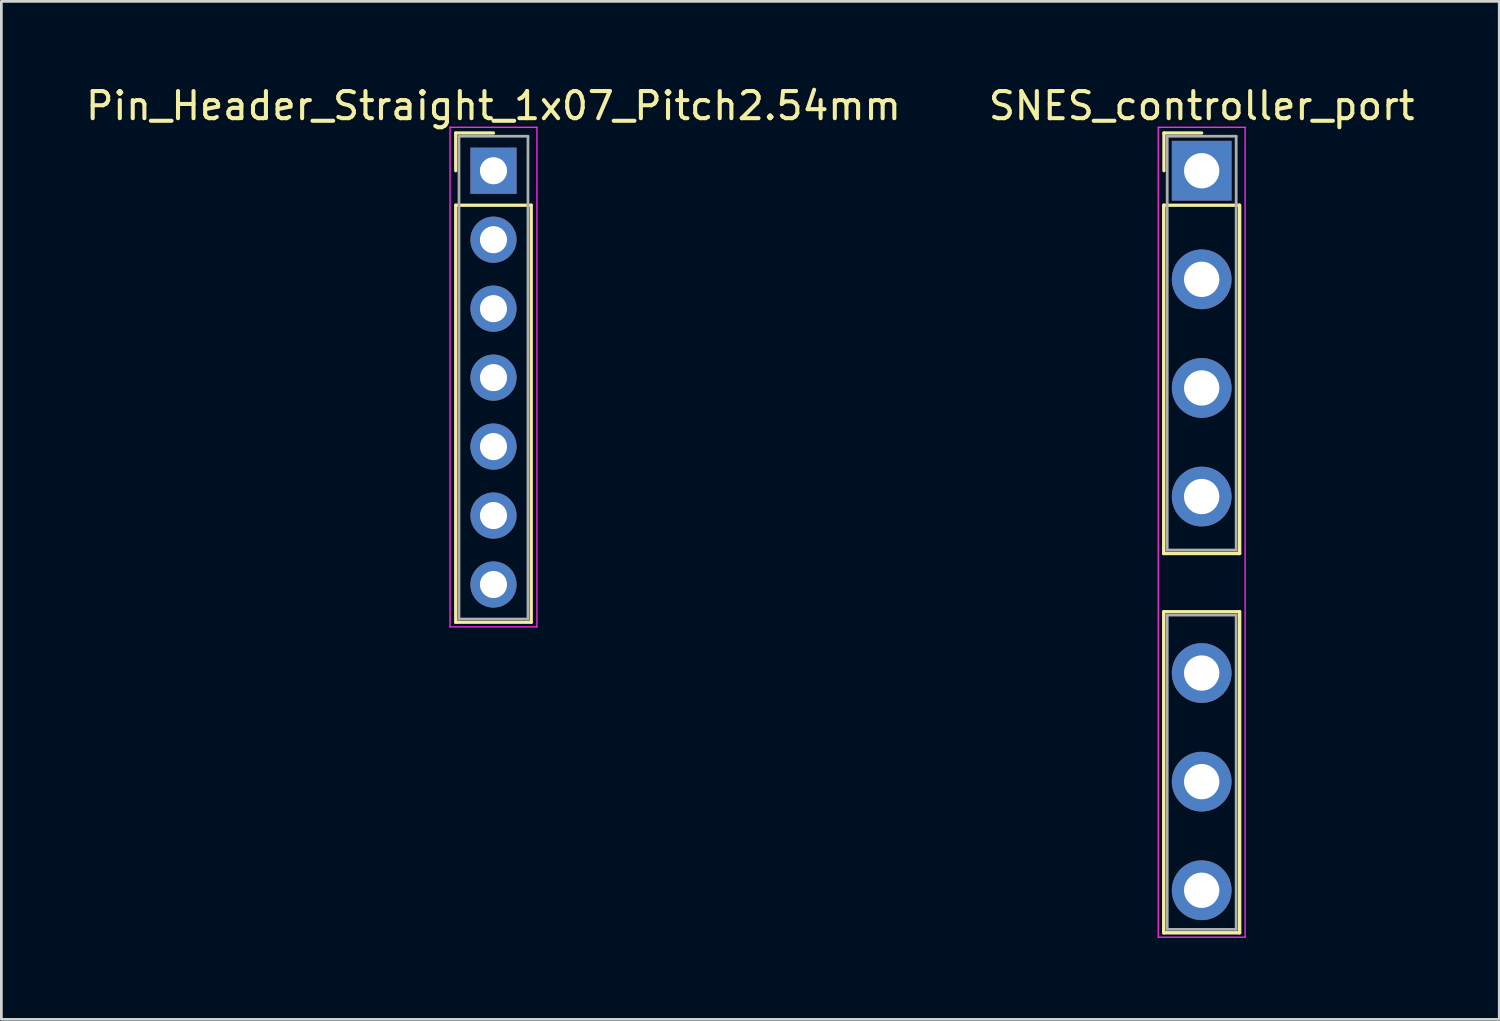
<source format=kicad_pcb>
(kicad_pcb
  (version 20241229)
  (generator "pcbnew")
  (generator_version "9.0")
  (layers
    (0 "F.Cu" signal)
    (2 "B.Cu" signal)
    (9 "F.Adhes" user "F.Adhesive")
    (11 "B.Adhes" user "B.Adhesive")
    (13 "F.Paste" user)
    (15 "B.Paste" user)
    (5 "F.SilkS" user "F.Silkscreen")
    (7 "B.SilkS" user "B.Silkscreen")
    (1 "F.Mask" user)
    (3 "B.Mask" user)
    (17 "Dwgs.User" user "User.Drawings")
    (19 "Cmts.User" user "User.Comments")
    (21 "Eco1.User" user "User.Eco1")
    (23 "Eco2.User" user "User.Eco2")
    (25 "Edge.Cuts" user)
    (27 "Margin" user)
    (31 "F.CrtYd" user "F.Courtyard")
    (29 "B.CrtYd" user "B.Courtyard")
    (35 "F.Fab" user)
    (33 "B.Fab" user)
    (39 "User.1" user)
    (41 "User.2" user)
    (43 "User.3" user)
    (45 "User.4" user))
  (footprint "Pin_Header_Straight_1x07_Pitch2.54mm"
    (layer "F.Cu")
    (at 15.125 3.238)
    (property "Reference" "Pin_Header_Straight_1x07_Pitch2.54mm" (at 0 -2.39 0) (layer "F.SilkS") (effects (font (size 1 1) (thickness 0.15))))
    (attr through_hole)
    (fp_line (start -1.39 -1.39) (end 0 -1.39) (stroke (width 0.12) (type solid)) (layer "F.SilkS"))
    (fp_line (start -1.39 0) (end -1.39 -1.39) (stroke (width 0.12) (type solid)) (layer "F.SilkS"))
    (fp_line (start -1.39 1.27) (end -1.39 16.63) (stroke (width 0.12) (type solid)) (layer "F.SilkS"))
    (fp_line (start -1.39 16.63) (end 1.39 16.63) (stroke (width 0.12) (type solid)) (layer "F.SilkS"))
    (fp_line (start 1.39 1.27) (end -1.39 1.27) (stroke (width 0.12) (type solid)) (layer "F.SilkS"))
    (fp_line (start 1.39 16.63) (end 1.39 1.27) (stroke (width 0.12) (type solid)) (layer "F.SilkS"))
    (fp_line (start -1.6 -1.6) (end -1.6 16.8) (stroke (width 0.05) (type solid)) (layer "F.CrtYd"))
    (fp_line (start -1.6 16.8) (end 1.6 16.8) (stroke (width 0.05) (type solid)) (layer "F.CrtYd"))
    (fp_line (start 1.6 -1.6) (end -1.6 -1.6) (stroke (width 0.05) (type solid)) (layer "F.CrtYd"))
    (fp_line (start 1.6 16.8) (end 1.6 -1.6) (stroke (width 0.05) (type solid)) (layer "F.CrtYd"))
    (fp_line (start -1.27 -1.27) (end -1.27 16.51) (stroke (width 0.1) (type solid)) (layer "F.Fab"))
    (fp_line (start -1.27 16.51) (end 1.27 16.51) (stroke (width 0.1) (type solid)) (layer "F.Fab"))
    (fp_line (start 1.27 -1.27) (end -1.27 -1.27) (stroke (width 0.1) (type solid)) (layer "F.Fab"))
    (fp_line (start 1.27 16.51) (end 1.27 -1.27) (stroke (width 0.1) (type solid)) (layer "F.Fab"))
    (pad "1" thru_hole rect (at 0 0) (size 1.7 1.7) (drill 1) (layers "*.Cu" "*.Mask"))
    (pad "2" thru_hole oval (at 0 2.54) (size 1.7 1.7) (drill 1) (layers "*.Cu" "*.Mask"))
    (pad "3" thru_hole oval (at 0 5.08) (size 1.7 1.7) (drill 1) (layers "*.Cu" "*.Mask"))
    (pad "4" thru_hole oval (at 0 7.62) (size 1.7 1.7) (drill 1) (layers "*.Cu" "*.Mask"))
    (pad "5" thru_hole oval (at 0 10.16) (size 1.7 1.7) (drill 1) (layers "*.Cu" "*.Mask"))
    (pad "6" thru_hole oval (at 0 12.7) (size 1.7 1.7) (drill 1) (layers "*.Cu" "*.Mask"))
    (pad "7" thru_hole oval (at 0 15.24) (size 1.7 1.7) (drill 1) (layers "*.Cu" "*.Mask")))
  (footprint "SNES_controller_port"
    (layer "F.Cu")
    (at 41.208 3.238)
    (property "Reference" "SNES_controller_port" (at 0 -2.39 0) (layer "F.SilkS") (effects (font (size 1 1) (thickness 0.15))))
    (attr through_hole)
    (fp_line (start -1.397 1.27) (end -1.397 14.097) (stroke (width 0.127) (type solid)) (layer "F.SilkS"))
    (fp_line (start -1.397 14.097) (end 1.397 14.097) (stroke (width 0.127) (type solid)) (layer "F.SilkS"))
    (fp_line (start -1.397 16.24) (end -1.397 28.067) (stroke (width 0.127) (type solid)) (layer "F.SilkS"))
    (fp_line (start -1.397 28.067) (end 1.397 28.067) (stroke (width 0.127) (type solid)) (layer "F.SilkS"))
    (fp_line (start -1.39 -1.39) (end 0 -1.39) (stroke (width 0.12) (type solid)) (layer "F.SilkS"))
    (fp_line (start -1.39 0) (end -1.39 -1.39) (stroke (width 0.12) (type solid)) (layer "F.SilkS"))
    (fp_line (start 1.39 1.27) (end -1.39 1.27) (stroke (width 0.12) (type solid)) (layer "F.SilkS"))
    (fp_line (start 1.39 16.24) (end -1.39 16.24) (stroke (width 0.12) (type solid)) (layer "F.SilkS"))
    (fp_line (start 1.397 14.097) (end 1.397 1.27) (stroke (width 0.127) (type solid)) (layer "F.SilkS"))
    (fp_line (start 1.397 28.067) (end 1.397 16.24) (stroke (width 0.127) (type solid)) (layer "F.SilkS"))
    (fp_line (start -1.6 -1.6) (end -1.6 28.23) (stroke (width 0.05) (type solid)) (layer "F.CrtYd"))
    (fp_line (start -1.6 28.23) (end 1.6 28.23) (stroke (width 0.05) (type solid)) (layer "F.CrtYd"))
    (fp_line (start 1.6 -1.6) (end -1.6 -1.6) (stroke (width 0.05) (type solid)) (layer "F.CrtYd"))
    (fp_line (start 1.6 28.23) (end 1.6 -1.6) (stroke (width 0.05) (type solid)) (layer "F.CrtYd"))
    (fp_line (start -1.27 -1.27) (end -1.27 13.97) (stroke (width 0.102) (type solid)) (layer "F.Fab"))
    (fp_line (start -1.27 13.97) (end 1.27 13.97) (stroke (width 0.1) (type solid)) (layer "F.Fab"))
    (fp_line (start -1.27 16.367) (end -1.27 27.94) (stroke (width 0.102) (type solid)) (layer "F.Fab"))
    (fp_line (start -1.27 27.94) (end 1.27 27.94) (stroke (width 0.1) (type solid)) (layer "F.Fab"))
    (fp_line (start 1.27 -1.27) (end -1.27 -1.27) (stroke (width 0.1) (type solid)) (layer "F.Fab"))
    (fp_line (start 1.27 13.97) (end 1.27 -1.27) (stroke (width 0.102) (type solid)) (layer "F.Fab"))
    (fp_line (start 1.27 16.367) (end -1.27 16.367) (stroke (width 0.1) (type solid)) (layer "F.Fab"))
    (fp_line (start 1.27 27.94) (end 1.27 16.367) (stroke (width 0.102) (type solid)) (layer "F.Fab"))
    (pad "1" thru_hole rect (at 0 0) (size 2.2 2.2) (drill 1.3) (layers "*.Cu" "*.Mask"))
    (pad "2" thru_hole circle (at 0 4) (size 2.2 2.2) (drill 1.3) (layers "*.Cu" "*.Mask"))
    (pad "3" thru_hole circle (at 0 8) (size 2.2 2.2) (drill 1.3) (layers "*.Cu" "*.Mask"))
    (pad "4" thru_hole circle (at 0 12) (size 2.2 2.2) (drill 1.3) (layers "*.Cu" "*.Mask"))
    (pad "5" thru_hole circle (at 0 18.5) (size 2.2 2.2) (drill 1.3) (layers "*.Cu" "*.Mask"))
    (pad "6" thru_hole circle (at 0 22.5) (size 2.2 2.2) (drill 1.3) (layers "*.Cu" "*.Mask"))
    (pad "7" thru_hole circle (at 0 26.5) (size 2.2 2.2) (drill 1.3) (layers "*.Cu" "*.Mask")))
  (gr_rect
    (start -3 -3)
    (end 52.167 34.493)
    (stroke (width 0.1) (type default))
    (fill no)
    (layer "Edge.Cuts")))
</source>
